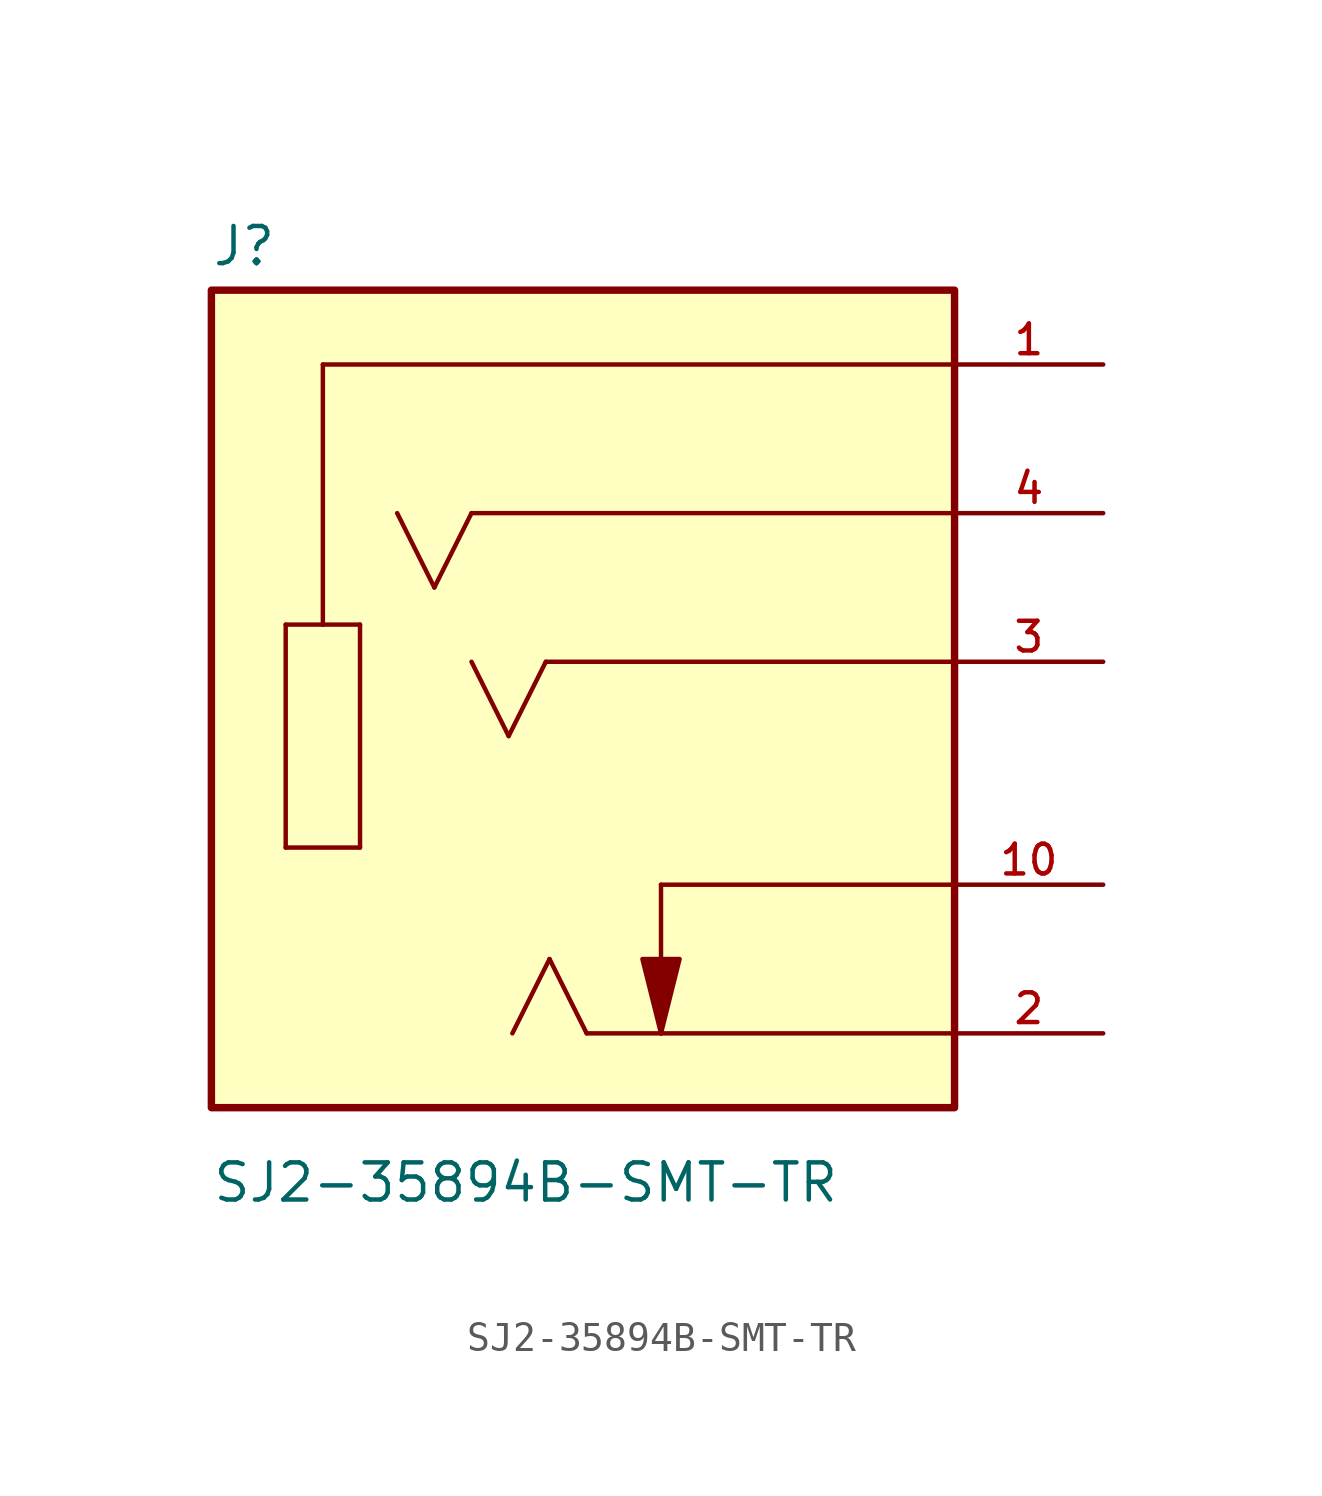
<source format=kicad_sym>
(kicad_symbol_lib
  (version 20211014)
  (generator kicad_symbol_editor)
  (symbol "SJ2-35894B-SMT-TR"
    (pin_names
      (offset 1.016))
    (property "Reference" "J"
      (at -12.709 16.002 0)
      (effects (font (size 1.27 1.27)) (justify bottom left)))
    (property "Value" "SJ2-35894B-SMT-TR"
      (at -12.701 -16.002 0)
      (effects (font (size 1.27 1.27)) (justify bottom left)))
    (symbol "SJ2-35894B-SMT-TR_0_0"
      (polyline (pts (xy 12.7 12.7) (xy -8.89 12.7)) (stroke (width 0.152)))
      (polyline (pts (xy -8.89 12.7) (xy -8.89 3.81)) (stroke (width 0.152)))
      (polyline (pts (xy -8.89 3.81) (xy -7.62 3.81)) (stroke (width 0.152)))
      (polyline (pts (xy -7.62 3.81) (xy -7.62 -3.81)) (stroke (width 0.152)))
      (polyline (pts (xy -7.62 -3.81) (xy -10.16 -3.81)) (stroke (width 0.152)))
      (polyline (pts (xy -10.16 -3.81) (xy -10.16 3.81)) (stroke (width 0.152)))
      (polyline (pts (xy -10.16 3.81) (xy -8.89 3.81)) (stroke (width 0.152)))
      (polyline (pts (xy 12.7 -10.16) (xy 2.667 -10.16)) (stroke (width 0.152)))
      (polyline (pts (xy 2.667 -10.16) (xy 0.127 -10.16)) (stroke (width 0.152)))
      (polyline (pts (xy 0.127 -10.16) (xy -1.143 -7.62)) (stroke (width 0.152)))
      (polyline (pts (xy -1.143 -7.62) (xy -2.413 -10.16)) (stroke (width 0.152)))
      (polyline (pts (xy 12.7 2.54) (xy -1.27 2.54)) (stroke (width 0.152)))
      (polyline (pts (xy -1.27 2.54) (xy -2.54 0.0)) (stroke (width 0.152)))
      (polyline (pts (xy -2.54 0.0) (xy -3.81 2.54)) (stroke (width 0.152)))
      (polyline (pts (xy 12.7 7.62) (xy -3.81 7.62)) (stroke (width 0.152)))
      (polyline (pts (xy -3.81 7.62) (xy -5.08 5.08)) (stroke (width 0.152)))
      (polyline (pts (xy -5.08 5.08) (xy -6.35 7.62)) (stroke (width 0.152)))
      (polyline (pts (xy 12.7 -5.08) (xy 2.667 -5.08)) (stroke (width 0.152)))
      (polyline (pts (xy 2.667 -5.08) (xy 2.667 -10.16)) (stroke (width 0.152)))
      (polyline (pts (xy 2.667 -10.16) (xy 2.032 -7.62) (xy 3.302 -7.62) (xy 2.667 -10.16)) (stroke (width 0.152)) (fill (type outline)))
      (rectangle (start -12.7 -12.7) (end 12.7 15.24) (stroke (width 0.254)) (fill (type background)))
      (pin passive line (at 17.78 12.7 180.0) (length 5.08) (name "~" (effects (font (size 1.016 1.016)))) (number "1" (effects (font (size 1.016 1.016)))))
      (pin passive line (at 17.78 -10.16 180.0) (length 5.08) (name "~" (effects (font (size 1.016 1.016)))) (number "2" (effects (font (size 1.016 1.016)))))
      (pin passive line (at 17.78 2.54 180.0) (length 5.08) (name "~" (effects (font (size 1.016 1.016)))) (number "3" (effects (font (size 1.016 1.016)))))
      (pin passive line (at 17.78 7.62 180.0) (length 5.08) (name "~" (effects (font (size 1.016 1.016)))) (number "4" (effects (font (size 1.016 1.016)))))
      (pin passive line (at 17.78 -5.08 180.0) (length 5.08) (name "~" (effects (font (size 1.016 1.016)))) (number "10" (effects (font (size 1.016 1.016))))))))
</source>
